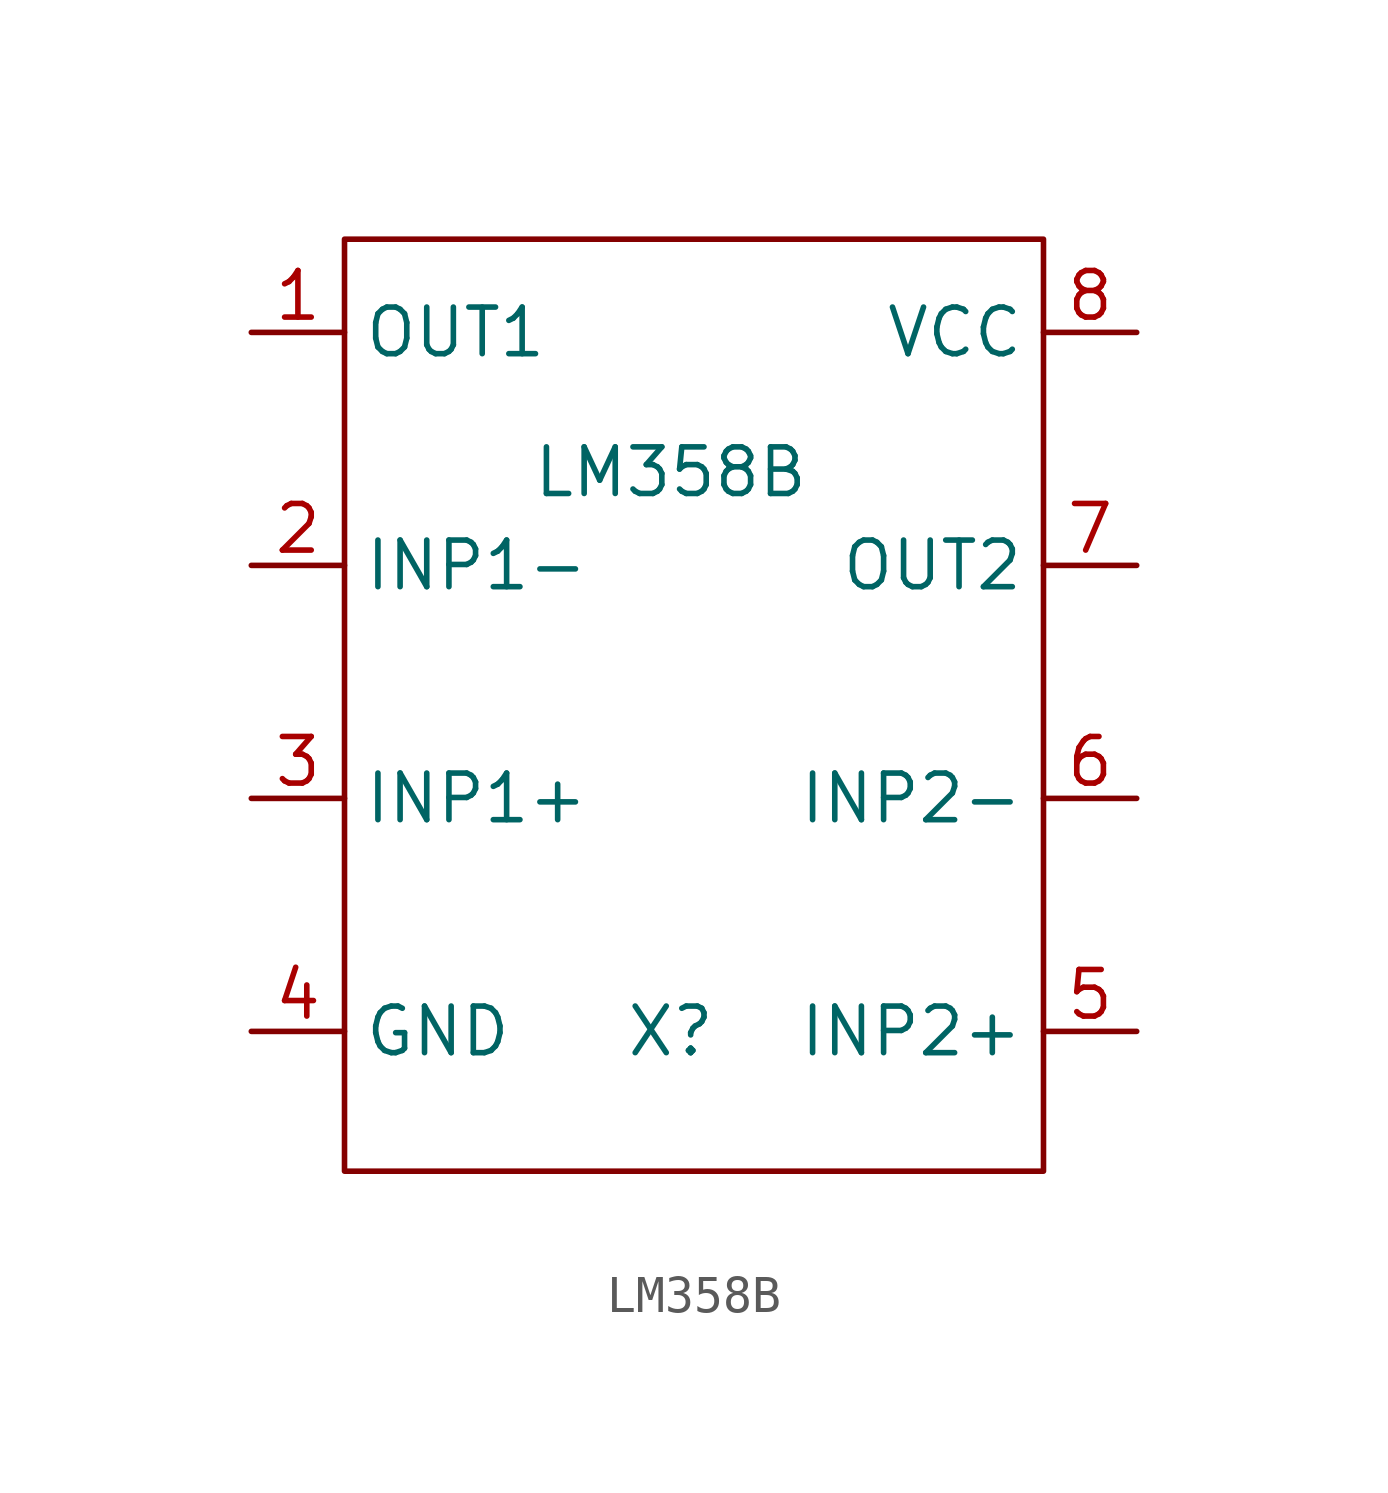
<source format=kicad_sym>
(kicad_symbol_lib
  (version 20211014)
  (generator kicad_symbol_editor)
  (symbol "LM358B"
    (property "Reference" "X"
      (at 0 -12.7 0)
      (effects (font (size 1.27 1.27))))
    (property "Value" "LM358B"
      (at 0 2.54 0)
      (effects (font (size 1.27 1.27))))
    (symbol "LM358B_0_1"
      (rectangle (start -8.89 8.89) (end 10.16 -16.51) (stroke (width 0) (type default) (color 0 0 0 0)) (fill (type none))))
    (symbol "LM358B_1_1"
      (pin output line (at -11.43 6.35 0) (length 2.54) (name "OUT1" (effects (font (size 1.27 1.27)))) (number "1" (effects (font (size 1.27 1.27)))))
      (pin passive line (at -11.43 0 0) (length 2.54) (name "INP1-" (effects (font (size 1.27 1.27)))) (number "2" (effects (font (size 1.27 1.27)))))
      (pin passive line (at -11.43 -6.35 0) (length 2.54) (name "INP1+" (effects (font (size 1.27 1.27)))) (number "3" (effects (font (size 1.27 1.27)))))
      (pin power_in line (at -11.43 -12.7 0) (length 2.54) (name "GND" (effects (font (size 1.27 1.27)))) (number "4" (effects (font (size 1.27 1.27)))))
      (pin passive line (at 12.7 -12.7 180) (length 2.54) (name "INP2+" (effects (font (size 1.27 1.27)))) (number "5" (effects (font (size 1.27 1.27)))))
      (pin passive line (at 12.7 -6.35 180) (length 2.54) (name "INP2-" (effects (font (size 1.27 1.27)))) (number "6" (effects (font (size 1.27 1.27)))))
      (pin output line (at 12.7 0 180) (length 2.54) (name "OUT2" (effects (font (size 1.27 1.27)))) (number "7" (effects (font (size 1.27 1.27)))))
      (pin power_in line (at 12.7 6.35 180) (length 2.54) (name "VCC" (effects (font (size 1.27 1.27)))) (number "8" (effects (font (size 1.27 1.27))))))))
</source>
